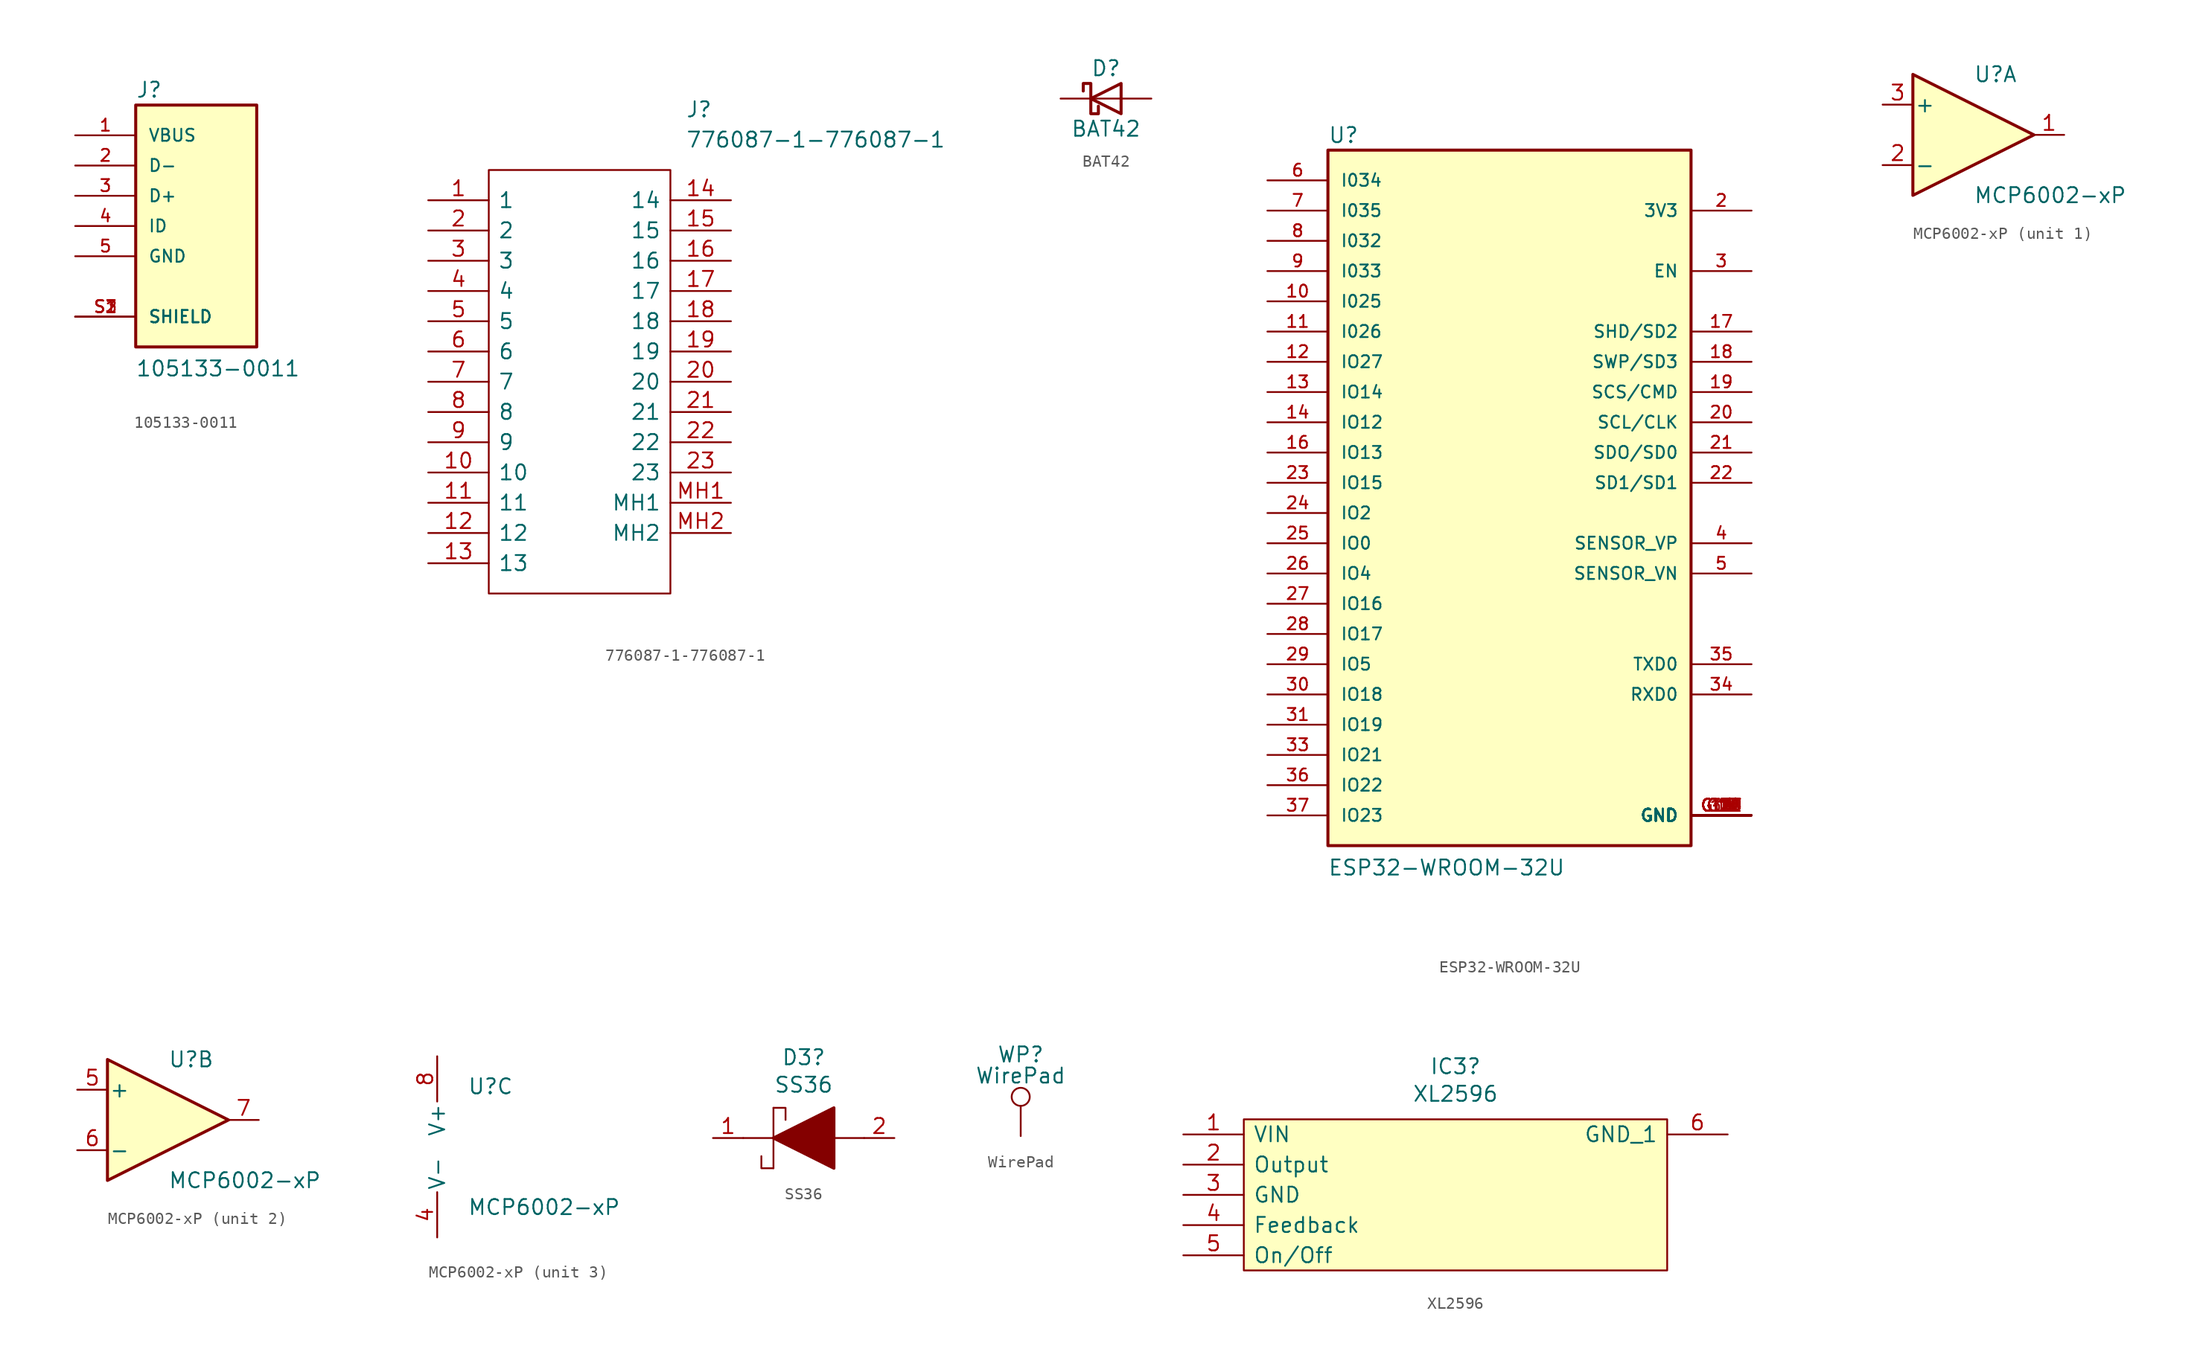
<source format=kicad_sym>
(kicad_symbol_lib
  (version 20231120)
  (generator "kicad_symbol_editor")
  (generator_version "8.0")
  (symbol "105133-0011"
    (pin_names
      (offset 1.016))
    (property "Reference" "J"
      (at -5.08 10.693 0)
      (effects (font (size 1.27 1.27)) (justify left bottom)))
    (property "Value" "105133-0011"
      (at -5.105 -12.725 0)
      (effects (font (size 1.27 1.27)) (justify left bottom)))
    (property "ki_locked" ""
      (at 0 0 0)
      (effects (font (size 1.27 1.27))))
    (symbol "105133-0011_0_0"
      (rectangle (start -5.08 -10.16) (end 5.08 10.16) (stroke (width 0.254) (type solid)) (fill (type background)))
      (pin passive line (at -10.16 7.62 0) (length 5.08) (name "VBUS" (effects (font (size 1.016 1.016)))) (number "1" (effects (font (size 1.016 1.016)))))
      (pin passive line (at -10.16 5.08 0) (length 5.08) (name "D-" (effects (font (size 1.016 1.016)))) (number "2" (effects (font (size 1.016 1.016)))))
      (pin passive line (at -10.16 2.54 0) (length 5.08) (name "D+" (effects (font (size 1.016 1.016)))) (number "3" (effects (font (size 1.016 1.016)))))
      (pin passive line (at -10.16 0 0) (length 5.08) (name "ID" (effects (font (size 1.016 1.016)))) (number "4" (effects (font (size 1.016 1.016)))))
      (pin passive line (at -10.16 -2.54 0) (length 5.08) (name "GND" (effects (font (size 1.016 1.016)))) (number "5" (effects (font (size 1.016 1.016)))))
      (pin passive line (at -10.16 -7.62 0) (length 5.08) (name "SHIELD" (effects (font (size 1.016 1.016)))) (number "S1" (effects (font (size 1.016 1.016)))))
      (pin passive line (at -10.16 -7.62 0) (length 5.08) (name "SHIELD" (effects (font (size 1.016 1.016)))) (number "S2" (effects (font (size 1.016 1.016)))))
      (pin passive line (at -10.16 -7.62 0) (length 5.08) (name "SHIELD" (effects (font (size 1.016 1.016)))) (number "S3" (effects (font (size 1.016 1.016)))))))
  (symbol "776087-1-776087-1"
    (pin_names
      (offset 0.762))
    (property "Reference" "J"
      (at 21.59 7.62 0)
      (effects (font (size 1.27 1.27)) (justify left)))
    (property "Value" "776087-1-776087-1"
      (at 21.59 5.08 0)
      (effects (font (size 1.27 1.27)) (justify left)))
    (symbol "776087-1-776087-1_0_0"
      (pin passive line (at 0 0 0) (length 5.08) (name "1" (effects (font (size 1.27 1.27)))) (number "1" (effects (font (size 1.27 1.27)))))
      (pin passive line (at 0 -22.86 0) (length 5.08) (name "10" (effects (font (size 1.27 1.27)))) (number "10" (effects (font (size 1.27 1.27)))))
      (pin passive line (at 0 -25.4 0) (length 5.08) (name "11" (effects (font (size 1.27 1.27)))) (number "11" (effects (font (size 1.27 1.27)))))
      (pin passive line (at 0 -27.94 0) (length 5.08) (name "12" (effects (font (size 1.27 1.27)))) (number "12" (effects (font (size 1.27 1.27)))))
      (pin passive line (at 0 -30.48 0) (length 5.08) (name "13" (effects (font (size 1.27 1.27)))) (number "13" (effects (font (size 1.27 1.27)))))
      (pin passive line (at 25.4 0 180) (length 5.08) (name "14" (effects (font (size 1.27 1.27)))) (number "14" (effects (font (size 1.27 1.27)))))
      (pin passive line (at 25.4 -2.54 180) (length 5.08) (name "15" (effects (font (size 1.27 1.27)))) (number "15" (effects (font (size 1.27 1.27)))))
      (pin passive line (at 25.4 -5.08 180) (length 5.08) (name "16" (effects (font (size 1.27 1.27)))) (number "16" (effects (font (size 1.27 1.27)))))
      (pin passive line (at 25.4 -7.62 180) (length 5.08) (name "17" (effects (font (size 1.27 1.27)))) (number "17" (effects (font (size 1.27 1.27)))))
      (pin passive line (at 25.4 -10.16 180) (length 5.08) (name "18" (effects (font (size 1.27 1.27)))) (number "18" (effects (font (size 1.27 1.27)))))
      (pin passive line (at 25.4 -12.7 180) (length 5.08) (name "19" (effects (font (size 1.27 1.27)))) (number "19" (effects (font (size 1.27 1.27)))))
      (pin passive line (at 0 -2.54 0) (length 5.08) (name "2" (effects (font (size 1.27 1.27)))) (number "2" (effects (font (size 1.27 1.27)))))
      (pin passive line (at 25.4 -15.24 180) (length 5.08) (name "20" (effects (font (size 1.27 1.27)))) (number "20" (effects (font (size 1.27 1.27)))))
      (pin passive line (at 25.4 -17.78 180) (length 5.08) (name "21" (effects (font (size 1.27 1.27)))) (number "21" (effects (font (size 1.27 1.27)))))
      (pin passive line (at 25.4 -20.32 180) (length 5.08) (name "22" (effects (font (size 1.27 1.27)))) (number "22" (effects (font (size 1.27 1.27)))))
      (pin passive line (at 25.4 -22.86 180) (length 5.08) (name "23" (effects (font (size 1.27 1.27)))) (number "23" (effects (font (size 1.27 1.27)))))
      (pin passive line (at 0 -5.08 0) (length 5.08) (name "3" (effects (font (size 1.27 1.27)))) (number "3" (effects (font (size 1.27 1.27)))))
      (pin passive line (at 0 -7.62 0) (length 5.08) (name "4" (effects (font (size 1.27 1.27)))) (number "4" (effects (font (size 1.27 1.27)))))
      (pin passive line (at 0 -10.16 0) (length 5.08) (name "5" (effects (font (size 1.27 1.27)))) (number "5" (effects (font (size 1.27 1.27)))))
      (pin passive line (at 0 -12.7 0) (length 5.08) (name "6" (effects (font (size 1.27 1.27)))) (number "6" (effects (font (size 1.27 1.27)))))
      (pin passive line (at 0 -15.24 0) (length 5.08) (name "7" (effects (font (size 1.27 1.27)))) (number "7" (effects (font (size 1.27 1.27)))))
      (pin passive line (at 0 -17.78 0) (length 5.08) (name "8" (effects (font (size 1.27 1.27)))) (number "8" (effects (font (size 1.27 1.27)))))
      (pin passive line (at 0 -20.32 0) (length 5.08) (name "9" (effects (font (size 1.27 1.27)))) (number "9" (effects (font (size 1.27 1.27)))))
      (pin passive line (at 25.4 -25.4 180) (length 5.08) (name "MH1" (effects (font (size 1.27 1.27)))) (number "MH1" (effects (font (size 1.27 1.27)))))
      (pin passive line (at 25.4 -27.94 180) (length 5.08) (name "MH2" (effects (font (size 1.27 1.27)))) (number "MH2" (effects (font (size 1.27 1.27))))))
    (symbol "776087-1-776087-1_0_1"
      (polyline (pts (xy 5.08 2.54) (xy 20.32 2.54) (xy 20.32 -33.02) (xy 5.08 -33.02) (xy 5.08 2.54)) (stroke (width 0.152) (type solid)) (fill (type none)))))
  (symbol "BAT42"
    (pin_numbers hide)
    (pin_names
      (offset 1.016) hide)
    (property "Reference" "D"
      (at 0 2.54 0)
      (effects (font (size 1.27 1.27))))
    (property "Value" "BAT42"
      (at 0 -2.54 0)
      (effects (font (size 1.27 1.27))))
    (symbol "BAT42_0_1"
      (polyline (pts (xy 1.27 0) (xy -1.27 0)) (stroke (width 0) (type default)) (fill (type none)))
      (polyline (pts (xy 1.27 1.27) (xy 1.27 -1.27) (xy -1.27 0) (xy 1.27 1.27)) (stroke (width 0.254) (type default)) (fill (type none)))
      (polyline (pts (xy -1.905 0.635) (xy -1.905 1.27) (xy -1.27 1.27) (xy -1.27 -1.27) (xy -0.635 -1.27) (xy -0.635 -0.635)) (stroke (width 0.254) (type default)) (fill (type none))))
    (symbol "BAT42_1_1"
      (pin passive line (at -3.81 0 0) (length 2.54) (name "K" (effects (font (size 1.27 1.27)))) (number "1" (effects (font (size 1.27 1.27)))))
      (pin passive line (at 3.81 0 180) (length 2.54) (name "A" (effects (font (size 1.27 1.27)))) (number "2" (effects (font (size 1.27 1.27)))))))
  (symbol "ESP32-WROOM-32U"
    (pin_names
      (offset 1.016))
    (property "Reference" "U"
      (at -15.24 28.448 0)
      (effects (font (size 1.27 1.27)) (justify left bottom)))
    (property "Value" "ESP32-WROOM-32U"
      (at -15.265 -33.074 0)
      (effects (font (size 1.27 1.27)) (justify left bottom)))
    (symbol "ESP32-WROOM-32U_0_0"
      (rectangle (start -15.24 -30.48) (end 15.24 27.94) (stroke (width 0.254) (type default)) (fill (type background)))
      (pin power_in line (at 20.32 -27.94 180) (length 5.08) (name "GND" (effects (font (size 1.016 1.016)))) (number "1" (effects (font (size 1.016 1.016)))))
      (pin bidirectional line (at -20.32 15.24 0) (length 5.08) (name "I025" (effects (font (size 1.016 1.016)))) (number "10" (effects (font (size 1.016 1.016)))))
      (pin bidirectional line (at -20.32 12.7 0) (length 5.08) (name "I026" (effects (font (size 1.016 1.016)))) (number "11" (effects (font (size 1.016 1.016)))))
      (pin bidirectional line (at -20.32 10.16 0) (length 5.08) (name "IO27" (effects (font (size 1.016 1.016)))) (number "12" (effects (font (size 1.016 1.016)))))
      (pin bidirectional line (at -20.32 7.62 0) (length 5.08) (name "IO14" (effects (font (size 1.016 1.016)))) (number "13" (effects (font (size 1.016 1.016)))))
      (pin bidirectional line (at -20.32 5.08 0) (length 5.08) (name "IO12" (effects (font (size 1.016 1.016)))) (number "14" (effects (font (size 1.016 1.016)))))
      (pin power_in line (at 20.32 -27.94 180) (length 5.08) (name "GND" (effects (font (size 1.016 1.016)))) (number "15" (effects (font (size 1.016 1.016)))))
      (pin bidirectional line (at -20.32 2.54 0) (length 5.08) (name "IO13" (effects (font (size 1.016 1.016)))) (number "16" (effects (font (size 1.016 1.016)))))
      (pin bidirectional line (at 20.32 12.7 180) (length 5.08) (name "SHD/SD2" (effects (font (size 1.016 1.016)))) (number "17" (effects (font (size 1.016 1.016)))))
      (pin bidirectional line (at 20.32 10.16 180) (length 5.08) (name "SWP/SD3" (effects (font (size 1.016 1.016)))) (number "18" (effects (font (size 1.016 1.016)))))
      (pin bidirectional line (at 20.32 7.62 180) (length 5.08) (name "SCS/CMD" (effects (font (size 1.016 1.016)))) (number "19" (effects (font (size 1.016 1.016)))))
      (pin power_in line (at 20.32 22.86 180) (length 5.08) (name "3V3" (effects (font (size 1.016 1.016)))) (number "2" (effects (font (size 1.016 1.016)))))
      (pin bidirectional line (at 20.32 5.08 180) (length 5.08) (name "SCL/CLK" (effects (font (size 1.016 1.016)))) (number "20" (effects (font (size 1.016 1.016)))))
      (pin bidirectional line (at 20.32 2.54 180) (length 5.08) (name "SDO/SD0" (effects (font (size 1.016 1.016)))) (number "21" (effects (font (size 1.016 1.016)))))
      (pin bidirectional line (at 20.32 0 180) (length 5.08) (name "SD1/SD1" (effects (font (size 1.016 1.016)))) (number "22" (effects (font (size 1.016 1.016)))))
      (pin bidirectional line (at -20.32 0 0) (length 5.08) (name "IO15" (effects (font (size 1.016 1.016)))) (number "23" (effects (font (size 1.016 1.016)))))
      (pin bidirectional line (at -20.32 -2.54 0) (length 5.08) (name "IO2" (effects (font (size 1.016 1.016)))) (number "24" (effects (font (size 1.016 1.016)))))
      (pin bidirectional line (at -20.32 -5.08 0) (length 5.08) (name "IO0" (effects (font (size 1.016 1.016)))) (number "25" (effects (font (size 1.016 1.016)))))
      (pin bidirectional line (at -20.32 -7.62 0) (length 5.08) (name "IO4" (effects (font (size 1.016 1.016)))) (number "26" (effects (font (size 1.016 1.016)))))
      (pin bidirectional line (at -20.32 -10.16 0) (length 5.08) (name "IO16" (effects (font (size 1.016 1.016)))) (number "27" (effects (font (size 1.016 1.016)))))
      (pin bidirectional line (at -20.32 -12.7 0) (length 5.08) (name "IO17" (effects (font (size 1.016 1.016)))) (number "28" (effects (font (size 1.016 1.016)))))
      (pin bidirectional line (at -20.32 -15.24 0) (length 5.08) (name "IO5" (effects (font (size 1.016 1.016)))) (number "29" (effects (font (size 1.016 1.016)))))
      (pin input line (at 20.32 17.78 180) (length 5.08) (name "EN" (effects (font (size 1.016 1.016)))) (number "3" (effects (font (size 1.016 1.016)))))
      (pin bidirectional line (at -20.32 -17.78 0) (length 5.08) (name "IO18" (effects (font (size 1.016 1.016)))) (number "30" (effects (font (size 1.016 1.016)))))
      (pin bidirectional line (at -20.32 -20.32 0) (length 5.08) (name "IO19" (effects (font (size 1.016 1.016)))) (number "31" (effects (font (size 1.016 1.016)))))
      (pin bidirectional line (at -20.32 -22.86 0) (length 5.08) (name "IO21" (effects (font (size 1.016 1.016)))) (number "33" (effects (font (size 1.016 1.016)))))
      (pin bidirectional line (at 20.32 -17.78 180) (length 5.08) (name "RXD0" (effects (font (size 1.016 1.016)))) (number "34" (effects (font (size 1.016 1.016)))))
      (pin bidirectional line (at 20.32 -15.24 180) (length 5.08) (name "TXD0" (effects (font (size 1.016 1.016)))) (number "35" (effects (font (size 1.016 1.016)))))
      (pin bidirectional line (at -20.32 -25.4 0) (length 5.08) (name "IO22" (effects (font (size 1.016 1.016)))) (number "36" (effects (font (size 1.016 1.016)))))
      (pin bidirectional line (at -20.32 -27.94 0) (length 5.08) (name "IO23" (effects (font (size 1.016 1.016)))) (number "37" (effects (font (size 1.016 1.016)))))
      (pin power_in line (at 20.32 -27.94 180) (length 5.08) (name "GND" (effects (font (size 1.016 1.016)))) (number "38" (effects (font (size 1.016 1.016)))))
      (pin input line (at 20.32 -5.08 180) (length 5.08) (name "SENSOR_VP" (effects (font (size 1.016 1.016)))) (number "4" (effects (font (size 1.016 1.016)))))
      (pin input line (at 20.32 -7.62 180) (length 5.08) (name "SENSOR_VN" (effects (font (size 1.016 1.016)))) (number "5" (effects (font (size 1.016 1.016)))))
      (pin input line (at -20.32 25.4 0) (length 5.08) (name "I034" (effects (font (size 1.016 1.016)))) (number "6" (effects (font (size 1.016 1.016)))))
      (pin input line (at -20.32 22.86 0) (length 5.08) (name "I035" (effects (font (size 1.016 1.016)))) (number "7" (effects (font (size 1.016 1.016)))))
      (pin bidirectional line (at -20.32 20.32 0) (length 5.08) (name "I032" (effects (font (size 1.016 1.016)))) (number "8" (effects (font (size 1.016 1.016)))))
      (pin bidirectional line (at -20.32 17.78 0) (length 5.08) (name "I033" (effects (font (size 1.016 1.016)))) (number "9" (effects (font (size 1.016 1.016)))))
      (pin power_in line (at 20.32 -27.94 180) (length 5.08) (name "GND" (effects (font (size 1.016 1.016)))) (number "G.1" (effects (font (size 1.016 1.016)))))
      (pin power_in line (at 20.32 -27.94 180) (length 5.08) (name "GND" (effects (font (size 1.016 1.016)))) (number "G.10" (effects (font (size 1.016 1.016)))))
      (pin power_in line (at 20.32 -27.94 180) (length 5.08) (name "GND" (effects (font (size 1.016 1.016)))) (number "G.11" (effects (font (size 1.016 1.016)))))
      (pin power_in line (at 20.32 -27.94 180) (length 5.08) (name "GND" (effects (font (size 1.016 1.016)))) (number "G.12" (effects (font (size 1.016 1.016)))))
      (pin power_in line (at 20.32 -27.94 180) (length 5.08) (name "GND" (effects (font (size 1.016 1.016)))) (number "G.13" (effects (font (size 1.016 1.016)))))
      (pin power_in line (at 20.32 -27.94 180) (length 5.08) (name "GND" (effects (font (size 1.016 1.016)))) (number "G.14" (effects (font (size 1.016 1.016)))))
      (pin power_in line (at 20.32 -27.94 180) (length 5.08) (name "GND" (effects (font (size 1.016 1.016)))) (number "G.15" (effects (font (size 1.016 1.016)))))
      (pin power_in line (at 20.32 -27.94 180) (length 5.08) (name "GND" (effects (font (size 1.016 1.016)))) (number "G.16" (effects (font (size 1.016 1.016)))))
      (pin power_in line (at 20.32 -27.94 180) (length 5.08) (name "GND" (effects (font (size 1.016 1.016)))) (number "G.17" (effects (font (size 1.016 1.016)))))
      (pin power_in line (at 20.32 -27.94 180) (length 5.08) (name "GND" (effects (font (size 1.016 1.016)))) (number "G.18" (effects (font (size 1.016 1.016)))))
      (pin power_in line (at 20.32 -27.94 180) (length 5.08) (name "GND" (effects (font (size 1.016 1.016)))) (number "G.19" (effects (font (size 1.016 1.016)))))
      (pin power_in line (at 20.32 -27.94 180) (length 5.08) (name "GND" (effects (font (size 1.016 1.016)))) (number "G.2" (effects (font (size 1.016 1.016)))))
      (pin power_in line (at 20.32 -27.94 180) (length 5.08) (name "GND" (effects (font (size 1.016 1.016)))) (number "G.20" (effects (font (size 1.016 1.016)))))
      (pin power_in line (at 20.32 -27.94 180) (length 5.08) (name "GND" (effects (font (size 1.016 1.016)))) (number "G.21" (effects (font (size 1.016 1.016)))))
      (pin power_in line (at 20.32 -27.94 180) (length 5.08) (name "GND" (effects (font (size 1.016 1.016)))) (number "G.22" (effects (font (size 1.016 1.016)))))
      (pin power_in line (at 20.32 -27.94 180) (length 5.08) (name "GND" (effects (font (size 1.016 1.016)))) (number "G.4" (effects (font (size 1.016 1.016)))))
      (pin power_in line (at 20.32 -27.94 180) (length 5.08) (name "GND" (effects (font (size 1.016 1.016)))) (number "G.5" (effects (font (size 1.016 1.016)))))
      (pin power_in line (at 20.32 -27.94 180) (length 5.08) (name "GND" (effects (font (size 1.016 1.016)))) (number "G.6" (effects (font (size 1.016 1.016)))))
      (pin power_in line (at 20.32 -27.94 180) (length 5.08) (name "GND" (effects (font (size 1.016 1.016)))) (number "G.7" (effects (font (size 1.016 1.016)))))
      (pin power_in line (at 20.32 -27.94 180) (length 5.08) (name "GND" (effects (font (size 1.016 1.016)))) (number "G.8" (effects (font (size 1.016 1.016)))))
      (pin power_in line (at 20.32 -27.94 180) (length 5.08) (name "GND" (effects (font (size 1.016 1.016)))) (number "G.9" (effects (font (size 1.016 1.016)))))))
  (symbol "MCP6002-xP"
    (pin_names
      (offset 0.127))
    (property "Reference" "U"
      (at 0 5.08 0)
      (effects (font (size 1.27 1.27)) (justify left)))
    (property "Value" "MCP6002-xP"
      (at 0 -5.08 0)
      (effects (font (size 1.27 1.27)) (justify left)))
    (property "ki_locked" ""
      (at 0 0 0)
      (effects (font (size 1.27 1.27))))
    (symbol "MCP6002-xP_1_1"
      (polyline (pts (xy -5.08 5.08) (xy 5.08 0) (xy -5.08 -5.08) (xy -5.08 5.08)) (stroke (width 0.254) (type default)) (fill (type background)))
      (pin output line (at 7.62 0 180) (length 2.54) (name "~" (effects (font (size 1.27 1.27)))) (number "1" (effects (font (size 1.27 1.27)))))
      (pin input line (at -7.62 -2.54 0) (length 2.54) (name "-" (effects (font (size 1.27 1.27)))) (number "2" (effects (font (size 1.27 1.27)))))
      (pin input line (at -7.62 2.54 0) (length 2.54) (name "+" (effects (font (size 1.27 1.27)))) (number "3" (effects (font (size 1.27 1.27))))))
    (symbol "MCP6002-xP_2_1"
      (polyline (pts (xy -5.08 5.08) (xy 5.08 0) (xy -5.08 -5.08) (xy -5.08 5.08)) (stroke (width 0.254) (type default)) (fill (type background)))
      (pin input line (at -7.62 2.54 0) (length 2.54) (name "+" (effects (font (size 1.27 1.27)))) (number "5" (effects (font (size 1.27 1.27)))))
      (pin input line (at -7.62 -2.54 0) (length 2.54) (name "-" (effects (font (size 1.27 1.27)))) (number "6" (effects (font (size 1.27 1.27)))))
      (pin output line (at 7.62 0 180) (length 2.54) (name "~" (effects (font (size 1.27 1.27)))) (number "7" (effects (font (size 1.27 1.27))))))
    (symbol "MCP6002-xP_3_1"
      (pin power_in line (at -2.54 -7.62 90) (length 3.81) (name "V-" (effects (font (size 1.27 1.27)))) (number "4" (effects (font (size 1.27 1.27)))))
      (pin power_in line (at -2.54 7.62 270) (length 3.81) (name "V+" (effects (font (size 1.27 1.27)))) (number "8" (effects (font (size 1.27 1.27)))))))
  (symbol "SS36"
    (pin_names
      (offset 0.762))
    (property "Reference" "D3"
      (at 10.16 6.782 0)
      (effects (font (size 1.27 1.27))))
    (property "Value" "SS36"
      (at 10.16 4.47 0)
      (effects (font (size 1.27 1.27))))
    (symbol "SS36_0_0"
      (pin passive line (at 2.54 0 0) (length 2.54) (name "~" (effects (font (size 1.27 1.27)))) (number "1" (effects (font (size 1.27 1.27)))))
      (pin passive line (at 17.78 0 180) (length 2.54) (name "~" (effects (font (size 1.27 1.27)))) (number "2" (effects (font (size 1.27 1.27))))))
    (symbol "SS36_0_1"
      (polyline (pts (xy 5.08 0) (xy 7.62 0)) (stroke (width 0.152) (type default)) (fill (type none)))
      (polyline (pts (xy 7.62 2.54) (xy 7.62 -2.54)) (stroke (width 0.152) (type default)) (fill (type none)))
      (polyline (pts (xy 12.7 0) (xy 15.24 0)) (stroke (width 0.152) (type default)) (fill (type none)))
      (polyline (pts (xy 7.62 -2.54) (xy 6.604 -2.54) (xy 6.604 -1.524)) (stroke (width 0.152) (type default)) (fill (type none)))
      (polyline (pts (xy 7.62 2.54) (xy 8.636 2.54) (xy 8.636 1.524)) (stroke (width 0.152) (type default)) (fill (type none)))
      (polyline (pts (xy 7.62 0) (xy 12.7 2.54) (xy 12.7 -2.54) (xy 7.62 0)) (stroke (width 0.254) (type default)) (fill (type outline)))))
  (symbol "WirePad"
    (pin_numbers hide)
    (pin_names
      (offset 0.762) hide)
    (property "Reference" "WP"
      (at 0 6.858 0)
      (effects (font (size 1.27 1.27))))
    (property "Value" "WirePad"
      (at 0 5.08 0)
      (effects (font (size 1.27 1.27))))
    (symbol "WirePad_0_1"
      (circle (center 0 3.302) (radius 0.762) (stroke (width 0) (type default)) (fill (type none))))
    (symbol "WirePad_1_1"
      (pin passive line (at 0 0 90) (length 2.54) (name "1" (effects (font (size 1.27 1.27)))) (number "1" (effects (font (size 1.27 1.27)))))))
  (symbol "XL2596"
    (pin_names
      (offset 0.762))
    (property "Reference" "IC3"
      (at 22.86 5.715 0)
      (effects (font (size 1.27 1.27))))
    (property "Value" "XL2596"
      (at 22.86 3.404 0)
      (effects (font (size 1.27 1.27))))
    (symbol "XL2596_0_0"
      (pin input line (at 0 0 0) (length 5.08) (name "VIN" (effects (font (size 1.27 1.27)))) (number "1" (effects (font (size 1.27 1.27)))))
      (pin output line (at 0 -2.54 0) (length 5.08) (name "Output" (effects (font (size 1.27 1.27)))) (number "2" (effects (font (size 1.27 1.27)))))
      (pin input line (at 0 -5.08 0) (length 5.08) (name "GND" (effects (font (size 1.27 1.27)))) (number "3" (effects (font (size 1.27 1.27)))))
      (pin input line (at 0 -7.62 0) (length 5.08) (name "Feedback" (effects (font (size 1.27 1.27)))) (number "4" (effects (font (size 1.27 1.27)))))
      (pin passive line (at 0 -10.16 0) (length 5.08) (name "On/Off" (effects (font (size 1.27 1.27)))) (number "5" (effects (font (size 1.27 1.27)))))
      (pin input line (at 45.72 0 180) (length 5.08) (name "GND_1" (effects (font (size 1.27 1.27)))) (number "6" (effects (font (size 1.27 1.27))))))
    (symbol "XL2596_0_1"
      (rectangle (start 5.08 1.27) (end 40.64 -11.43) (stroke (width 0) (type default)) (fill (type background))))))
</source>
